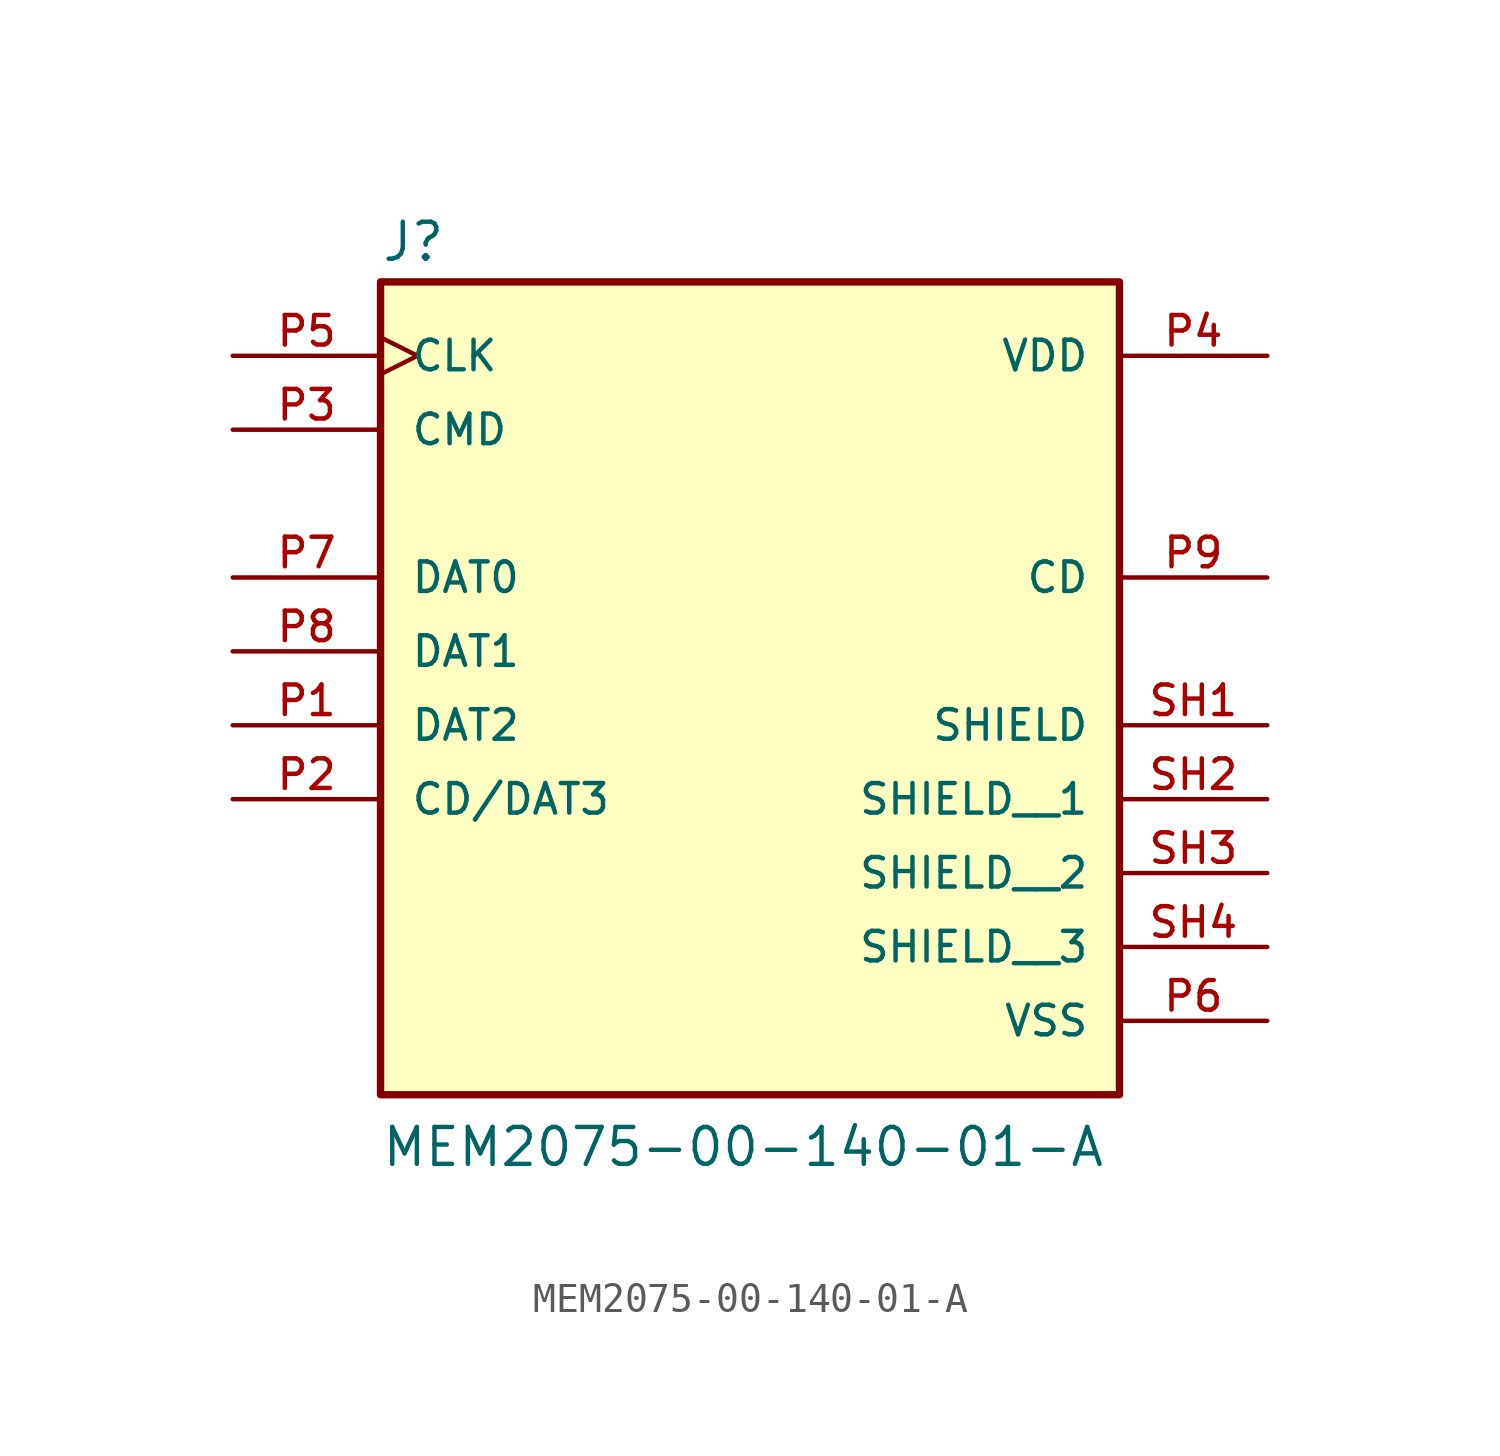
<source format=kicad_sym>
(kicad_symbol_lib
  (version 20211014)
  (generator kicad_symbol_editor)
  (symbol "MEM2075-00-140-01-A"
    (pin_names
      (offset 1.016))
    (property "Reference" "J"
      (at -12.7 10.795 0)
      (effects (font (size 1.27 1.27)) (justify bottom left)))
    (property "Value" "MEM2075-00-140-01-A"
      (at -12.7 -20.32 0)
      (effects (font (size 1.27 1.27)) (justify bottom left)))
    (symbol "MEM2075-00-140-01-A_0_0"
      (rectangle (start -12.7 -17.78) (end 12.7 10.16) (stroke (width 0.254)) (fill (type background)))
      (pin bidirectional line (at -17.78 -5.08 0) (length 5.08) (name "DAT2" (effects (font (size 1.016 1.016)))) (number "P1" (effects (font (size 1.016 1.016)))))
      (pin bidirectional line (at -17.78 -7.62 0) (length 5.08) (name "CD/DAT3" (effects (font (size 1.016 1.016)))) (number "P2" (effects (font (size 1.016 1.016)))))
      (pin bidirectional line (at -17.78 5.08 0) (length 5.08) (name "CMD" (effects (font (size 1.016 1.016)))) (number "P3" (effects (font (size 1.016 1.016)))))
      (pin power_in line (at 17.78 7.62 180.0) (length 5.08) (name "VDD" (effects (font (size 1.016 1.016)))) (number "P4" (effects (font (size 1.016 1.016)))))
      (pin bidirectional clock (at -17.78 7.62 0) (length 5.08) (name "CLK" (effects (font (size 1.016 1.016)))) (number "P5" (effects (font (size 1.016 1.016)))))
      (pin power_in line (at 17.78 -15.24 180.0) (length 5.08) (name "VSS" (effects (font (size 1.016 1.016)))) (number "P6" (effects (font (size 1.016 1.016)))))
      (pin bidirectional line (at -17.78 0.0 0) (length 5.08) (name "DAT0" (effects (font (size 1.016 1.016)))) (number "P7" (effects (font (size 1.016 1.016)))))
      (pin bidirectional line (at -17.78 -2.54 0) (length 5.08) (name "DAT1" (effects (font (size 1.016 1.016)))) (number "P8" (effects (font (size 1.016 1.016)))))
      (pin passive line (at 17.78 0.0 180.0) (length 5.08) (name "CD" (effects (font (size 1.016 1.016)))) (number "P9" (effects (font (size 1.016 1.016)))))
      (pin power_in line (at 17.78 -5.08 180.0) (length 5.08) (name "SHIELD" (effects (font (size 1.016 1.016)))) (number "SH1" (effects (font (size 1.016 1.016)))))
      (pin power_in line (at 17.78 -7.62 180.0) (length 5.08) (name "SHIELD__1" (effects (font (size 1.016 1.016)))) (number "SH2" (effects (font (size 1.016 1.016)))))
      (pin power_in line (at 17.78 -10.16 180.0) (length 5.08) (name "SHIELD__2" (effects (font (size 1.016 1.016)))) (number "SH3" (effects (font (size 1.016 1.016)))))
      (pin power_in line (at 17.78 -12.7 180.0) (length 5.08) (name "SHIELD__3" (effects (font (size 1.016 1.016)))) (number "SH4" (effects (font (size 1.016 1.016))))))))
</source>
